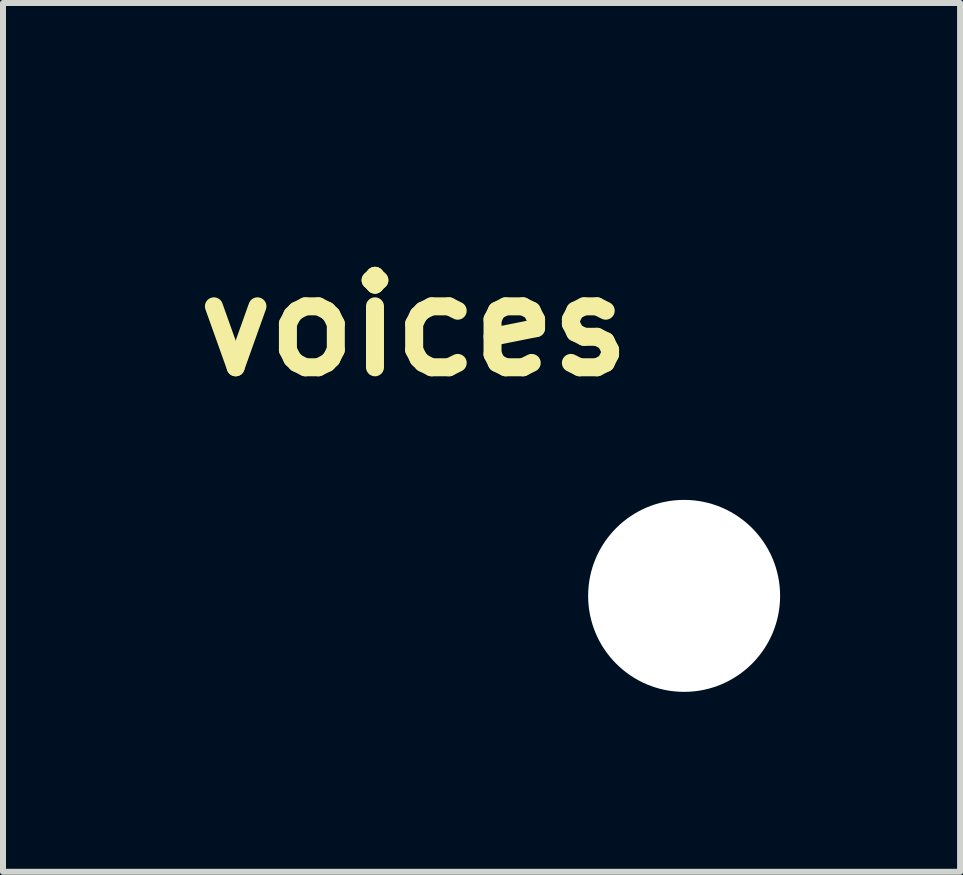
<source format=kicad_pcb>
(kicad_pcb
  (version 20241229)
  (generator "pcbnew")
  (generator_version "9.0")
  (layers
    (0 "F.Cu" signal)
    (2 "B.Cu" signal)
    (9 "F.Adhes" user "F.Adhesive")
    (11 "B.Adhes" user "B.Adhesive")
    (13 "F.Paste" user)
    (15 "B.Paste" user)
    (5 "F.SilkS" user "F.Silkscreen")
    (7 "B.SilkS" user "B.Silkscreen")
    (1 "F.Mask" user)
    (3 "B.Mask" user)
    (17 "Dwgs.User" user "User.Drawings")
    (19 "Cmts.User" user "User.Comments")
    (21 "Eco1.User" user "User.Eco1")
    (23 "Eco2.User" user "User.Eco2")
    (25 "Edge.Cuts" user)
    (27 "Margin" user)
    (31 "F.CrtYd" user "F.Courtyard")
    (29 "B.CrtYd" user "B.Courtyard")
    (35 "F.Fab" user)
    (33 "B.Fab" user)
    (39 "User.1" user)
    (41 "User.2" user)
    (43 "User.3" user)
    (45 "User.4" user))
  (footprint "voices"
    (layer "F.Cu")
    (at 8.354 6.883)
    (property "Reference" "voices" (at -4.5 -4.5 0) (layer "F.SilkS") (effects (font (size 1.524 1.524) (thickness 0.3))))
    (attr through_hole)
    (fp_poly (pts (xy -4.3 -6.876) (xy -4.223 -6.874) (xy -4.17 -6.871) (xy -3.929 -6.846) (xy -3.694 -6.809) (xy -3.466 -6.761) (xy -3.246 -6.702) (xy -3.036 -6.632) (xy -2.836 -6.551) (xy -2.648 -6.46) (xy -2.472 -6.359) (xy -2.409 -6.318) (xy -2.326 -6.262) (xy -2.254 -6.209) (xy -2.19 -6.157) (xy -2.129 -6.104) (xy -2.067 -6.045) (xy -2.054 -6.032) (xy -1.939 -5.907) (xy -1.839 -5.777) (xy -1.756 -5.642) (xy -1.689 -5.504) (xy -1.637 -5.361) (xy -1.606 -5.233) (xy -1.597 -5.169) (xy -1.591 -5.095) (xy -1.588 -5.014) (xy -1.589 -4.934) (xy -1.593 -4.859) (xy -1.601 -4.794) (xy -1.601 -4.791) (xy -1.635 -4.646) (xy -1.684 -4.505) (xy -1.749 -4.369) (xy -1.829 -4.237) (xy -1.923 -4.111) (xy -2.031 -3.99) (xy -2.152 -3.875) (xy -2.286 -3.767) (xy -2.432 -3.666) (xy -2.589 -3.572) (xy -2.757 -3.485) (xy -2.936 -3.407) (xy -3.124 -3.336) (xy -3.322 -3.275) (xy -3.529 -3.223) (xy -3.744 -3.181) (xy -3.857 -3.163) (xy -3.928 -3.153) (xy -3.992 -3.145) (xy -4.052 -3.139) (xy -4.11 -3.134) (xy -4.169 -3.13) (xy -4.233 -3.128) (xy -4.305 -3.126) (xy -4.387 -3.125) (xy -4.483 -3.125) (xy -4.5 -3.125) (xy -4.581 -3.125) (xy -4.658 -3.126) (xy -4.729 -3.128) (xy -4.792 -3.129) (xy -4.844 -3.131) (xy -4.883 -3.134) (xy -4.9 -3.135) (xy -4.983 -3.145) (xy -5.789 -2.641) (xy -5.896 -2.574) (xy -5.999 -2.509) (xy -6.098 -2.448) (xy -6.191 -2.39) (xy -6.278 -2.336) (xy -6.358 -2.287) (xy -6.429 -2.244) (xy -6.491 -2.206) (xy -6.542 -2.174) (xy -6.583 -2.15) (xy -6.611 -2.134) (xy -6.626 -2.126) (xy -6.628 -2.125) (xy -6.663 -2.117) (xy -6.705 -2.114) (xy -6.746 -2.117) (xy -6.768 -2.121) (xy -6.824 -2.146) (xy -6.871 -2.184) (xy -6.907 -2.232) (xy -6.93 -2.288) (xy -6.938 -2.347) (xy -6.937 -2.361) (xy -6.933 -2.382) (xy -6.928 -2.41) (xy -6.92 -2.448) (xy -6.909 -2.495) (xy -6.896 -2.552) (xy -6.879 -2.622) (xy -6.859 -2.704) (xy -6.835 -2.799) (xy -6.807 -2.909) (xy -6.775 -3.034) (xy -6.773 -3.042) (xy -6.747 -3.143) (xy -6.722 -3.24) (xy -6.699 -3.331) (xy -6.678 -3.414) (xy -6.659 -3.489) (xy -6.642 -3.554) (xy -6.629 -3.608) (xy -6.618 -3.65) (xy -6.611 -3.678) (xy -6.608 -3.692) (xy -6.608 -3.693) (xy -6.615 -3.7) (xy -6.633 -3.715) (xy -6.66 -3.737) (xy -6.693 -3.762) (xy -6.707 -3.772) (xy -6.84 -3.879) (xy -6.961 -3.994) (xy -7.069 -4.117) (xy -7.163 -4.246) (xy -7.243 -4.381) (xy -7.309 -4.52) (xy -7.358 -4.663) (xy -7.383 -4.767) (xy -7.392 -4.826) (xy -7.398 -4.896) (xy -7.4 -4.973) (xy -7.4 -4.978) (xy -6.924 -4.978) (xy -6.92 -4.905) (xy -6.911 -4.842) (xy -6.909 -4.834) (xy -6.878 -4.731) (xy -6.833 -4.627) (xy -6.777 -4.526) (xy -6.716 -4.438) (xy -6.688 -4.405) (xy -6.652 -4.365) (xy -6.61 -4.321) (xy -6.566 -4.278) (xy -6.524 -4.238) (xy -6.487 -4.206) (xy -6.485 -4.204) (xy -6.45 -4.177) (xy -6.408 -4.146) (xy -6.364 -4.114) (xy -6.32 -4.084) (xy -6.281 -4.058) (xy -6.249 -4.038) (xy -6.236 -4.031) (xy -6.202 -4.008) (xy -6.167 -3.977) (xy -6.135 -3.943) (xy -6.115 -3.912) (xy -6.107 -3.896) (xy -6.1 -3.88) (xy -6.096 -3.863) (xy -6.093 -3.844) (xy -6.093 -3.821) (xy -6.096 -3.794) (xy -6.101 -3.76) (xy -6.109 -3.718) (xy -6.12 -3.667) (xy -6.135 -3.605) (xy -6.153 -3.531) (xy -6.175 -3.444) (xy -6.201 -3.342) (xy -6.205 -3.329) (xy -6.226 -3.245) (xy -6.247 -3.166) (xy -6.265 -3.094) (xy -6.282 -3.029) (xy -6.296 -2.974) (xy -6.307 -2.93) (xy -6.315 -2.899) (xy -6.319 -2.881) (xy -6.32 -2.878) (xy -6.32 -2.877) (xy -6.321 -2.876) (xy -6.321 -2.875) (xy -6.32 -2.875) (xy -6.317 -2.877) (xy -6.31 -2.881) (xy -6.299 -2.887) (xy -6.283 -2.897) (xy -6.261 -2.91) (xy -6.232 -2.928) (xy -6.195 -2.951) (xy -6.15 -2.979) (xy -6.095 -3.013) (xy -6.03 -3.054) (xy -5.954 -3.102) (xy -5.865 -3.157) (xy -5.763 -3.221) (xy -5.724 -3.246) (xy -5.633 -3.302) (xy -5.547 -3.356) (xy -5.465 -3.407) (xy -5.389 -3.454) (xy -5.321 -3.496) (xy -5.26 -3.533) (xy -5.209 -3.564) (xy -5.168 -3.589) (xy -5.139 -3.606) (xy -5.123 -3.615) (xy -5.121 -3.617) (xy -5.089 -3.624) (xy -5.045 -3.627) (xy -4.99 -3.626) (xy -4.928 -3.62) (xy -4.927 -3.62) (xy -4.86 -3.613) (xy -4.78 -3.607) (xy -4.691 -3.602) (xy -4.598 -3.599) (xy -4.504 -3.598) (xy -4.414 -3.598) (xy -4.332 -3.6) (xy -4.309 -3.602) (xy -4.093 -3.618) (xy -3.884 -3.645) (xy -3.681 -3.682) (xy -3.487 -3.727) (xy -3.302 -3.782) (xy -3.126 -3.845) (xy -2.961 -3.917) (xy -2.807 -3.996) (xy -2.665 -4.083) (xy -2.535 -4.178) (xy -2.418 -4.279) (xy -2.315 -4.387) (xy -2.228 -4.501) (xy -2.183 -4.572) (xy -2.128 -4.68) (xy -2.09 -4.789) (xy -2.068 -4.898) (xy -2.062 -5.008) (xy -2.071 -5.117) (xy -2.096 -5.225) (xy -2.135 -5.331) (xy -2.188 -5.436) (xy -2.256 -5.538) (xy -2.337 -5.637) (xy -2.431 -5.733) (xy -2.539 -5.824) (xy -2.659 -5.911) (xy -2.791 -5.993) (xy -2.935 -6.069) (xy -3.091 -6.139) (xy -3.258 -6.203) (xy -3.327 -6.226) (xy -3.54 -6.287) (xy -3.759 -6.335) (xy -3.983 -6.37) (xy -4.21 -6.393) (xy -4.438 -6.402) (xy -4.666 -6.399) (xy -4.893 -6.383) (xy -5.116 -6.355) (xy -5.334 -6.314) (xy -5.546 -6.261) (xy -5.751 -6.196) (xy -5.945 -6.119) (xy -6.057 -6.066) (xy -6.174 -6.006) (xy -6.277 -5.945) (xy -6.371 -5.883) (xy -6.458 -5.815) (xy -6.542 -5.741) (xy -6.603 -5.682) (xy -6.689 -5.589) (xy -6.76 -5.499) (xy -6.817 -5.408) (xy -6.861 -5.315) (xy -6.895 -5.217) (xy -6.901 -5.196) (xy -6.914 -5.129) (xy -6.922 -5.055) (xy -6.924 -4.978) (xy -7.4 -4.978) (xy -7.399 -5.052) (xy -7.395 -5.128) (xy -7.389 -5.197) (xy -7.379 -5.252) (xy -7.337 -5.404) (xy -7.279 -5.55) (xy -7.205 -5.69) (xy -7.115 -5.824) (xy -7.055 -5.901) (xy -6.933 -6.033) (xy -6.797 -6.157) (xy -6.647 -6.273) (xy -6.484 -6.379) (xy -6.309 -6.477) (xy -6.122 -6.564) (xy -5.923 -6.642) (xy -5.714 -6.71) (xy -5.494 -6.768) (xy -5.265 -6.815) (xy -5.027 -6.851) (xy -5.003 -6.854) (xy -4.939 -6.86) (xy -4.861 -6.866) (xy -4.773 -6.87) (xy -4.679 -6.874) (xy -4.581 -6.876) (xy -4.483 -6.877) (xy -4.388 -6.878) (xy -4.3 -6.876)) (stroke (width 0.01) (type solid)) (fill yes) (layer "F.Mask"))
    (fp_poly (pts (xy -4.3 -6.876) (xy -4.223 -6.874) (xy -4.17 -6.871) (xy -3.929 -6.846) (xy -3.694 -6.809) (xy -3.466 -6.761) (xy -3.246 -6.702) (xy -3.036 -6.632) (xy -2.836 -6.551) (xy -2.648 -6.46) (xy -2.472 -6.359) (xy -2.409 -6.318) (xy -2.326 -6.262) (xy -2.254 -6.209) (xy -2.19 -6.157) (xy -2.129 -6.104) (xy -2.067 -6.045) (xy -2.054 -6.032) (xy -1.939 -5.907) (xy -1.839 -5.777) (xy -1.756 -5.642) (xy -1.689 -5.504) (xy -1.637 -5.361) (xy -1.606 -5.233) (xy -1.597 -5.169) (xy -1.591 -5.095) (xy -1.588 -5.014) (xy -1.589 -4.934) (xy -1.593 -4.859) (xy -1.601 -4.794) (xy -1.601 -4.791) (xy -1.635 -4.646) (xy -1.684 -4.505) (xy -1.749 -4.369) (xy -1.829 -4.237) (xy -1.923 -4.111) (xy -2.031 -3.99) (xy -2.152 -3.875) (xy -2.286 -3.767) (xy -2.432 -3.666) (xy -2.589 -3.572) (xy -2.757 -3.485) (xy -2.936 -3.407) (xy -3.124 -3.336) (xy -3.322 -3.275) (xy -3.529 -3.223) (xy -3.744 -3.181) (xy -3.857 -3.163) (xy -3.928 -3.153) (xy -3.992 -3.145) (xy -4.052 -3.139) (xy -4.11 -3.134) (xy -4.169 -3.13) (xy -4.233 -3.128) (xy -4.305 -3.126) (xy -4.387 -3.125) (xy -4.483 -3.125) (xy -4.5 -3.125) (xy -4.581 -3.125) (xy -4.658 -3.126) (xy -4.729 -3.128) (xy -4.792 -3.129) (xy -4.844 -3.131) (xy -4.883 -3.134) (xy -4.9 -3.135) (xy -4.983 -3.145) (xy -5.789 -2.641) (xy -5.896 -2.574) (xy -5.999 -2.509) (xy -6.098 -2.448) (xy -6.191 -2.39) (xy -6.278 -2.336) (xy -6.358 -2.287) (xy -6.429 -2.244) (xy -6.491 -2.206) (xy -6.542 -2.174) (xy -6.583 -2.15) (xy -6.611 -2.134) (xy -6.626 -2.126) (xy -6.628 -2.125) (xy -6.663 -2.117) (xy -6.705 -2.114) (xy -6.746 -2.117) (xy -6.768 -2.121) (xy -6.824 -2.146) (xy -6.871 -2.184) (xy -6.907 -2.232) (xy -6.93 -2.288) (xy -6.938 -2.347) (xy -6.937 -2.361) (xy -6.933 -2.382) (xy -6.928 -2.41) (xy -6.92 -2.448) (xy -6.909 -2.495) (xy -6.896 -2.552) (xy -6.879 -2.622) (xy -6.859 -2.704) (xy -6.835 -2.799) (xy -6.807 -2.909) (xy -6.775 -3.034) (xy -6.773 -3.042) (xy -6.747 -3.143) (xy -6.722 -3.24) (xy -6.699 -3.331) (xy -6.678 -3.414) (xy -6.659 -3.489) (xy -6.642 -3.554) (xy -6.629 -3.608) (xy -6.618 -3.65) (xy -6.611 -3.678) (xy -6.608 -3.692) (xy -6.608 -3.693) (xy -6.615 -3.7) (xy -6.633 -3.715) (xy -6.66 -3.737) (xy -6.693 -3.762) (xy -6.707 -3.772) (xy -6.84 -3.879) (xy -6.961 -3.994) (xy -7.069 -4.117) (xy -7.163 -4.246) (xy -7.243 -4.381) (xy -7.309 -4.52) (xy -7.358 -4.663) (xy -7.383 -4.767) (xy -7.392 -4.826) (xy -7.398 -4.896) (xy -7.4 -4.973) (xy -7.4 -4.978) (xy -6.924 -4.978) (xy -6.92 -4.905) (xy -6.911 -4.842) (xy -6.909 -4.834) (xy -6.878 -4.731) (xy -6.833 -4.627) (xy -6.777 -4.526) (xy -6.716 -4.438) (xy -6.688 -4.405) (xy -6.652 -4.365) (xy -6.61 -4.321) (xy -6.566 -4.278) (xy -6.524 -4.238) (xy -6.487 -4.206) (xy -6.485 -4.204) (xy -6.45 -4.177) (xy -6.408 -4.146) (xy -6.364 -4.114) (xy -6.32 -4.084) (xy -6.281 -4.058) (xy -6.249 -4.038) (xy -6.236 -4.031) (xy -6.202 -4.008) (xy -6.167 -3.977) (xy -6.135 -3.943) (xy -6.115 -3.912) (xy -6.107 -3.896) (xy -6.1 -3.88) (xy -6.096 -3.863) (xy -6.093 -3.844) (xy -6.093 -3.821) (xy -6.096 -3.794) (xy -6.101 -3.76) (xy -6.109 -3.718) (xy -6.12 -3.667) (xy -6.135 -3.605) (xy -6.153 -3.531) (xy -6.175 -3.444) (xy -6.201 -3.342) (xy -6.205 -3.329) (xy -6.226 -3.245) (xy -6.247 -3.166) (xy -6.265 -3.094) (xy -6.282 -3.029) (xy -6.296 -2.974) (xy -6.307 -2.93) (xy -6.315 -2.899) (xy -6.319 -2.881) (xy -6.32 -2.878) (xy -6.32 -2.877) (xy -6.321 -2.876) (xy -6.321 -2.875) (xy -6.32 -2.875) (xy -6.317 -2.877) (xy -6.31 -2.881) (xy -6.299 -2.887) (xy -6.283 -2.897) (xy -6.261 -2.91) (xy -6.232 -2.928) (xy -6.195 -2.951) (xy -6.15 -2.979) (xy -6.095 -3.013) (xy -6.03 -3.054) (xy -5.954 -3.102) (xy -5.865 -3.157) (xy -5.763 -3.221) (xy -5.724 -3.246) (xy -5.633 -3.302) (xy -5.547 -3.356) (xy -5.465 -3.407) (xy -5.389 -3.454) (xy -5.321 -3.496) (xy -5.26 -3.533) (xy -5.209 -3.564) (xy -5.168 -3.589) (xy -5.139 -3.606) (xy -5.123 -3.615) (xy -5.121 -3.617) (xy -5.089 -3.624) (xy -5.045 -3.627) (xy -4.99 -3.626) (xy -4.928 -3.62) (xy -4.927 -3.62) (xy -4.86 -3.613) (xy -4.78 -3.607) (xy -4.691 -3.602) (xy -4.598 -3.599) (xy -4.504 -3.598) (xy -4.414 -3.598) (xy -4.332 -3.6) (xy -4.309 -3.602) (xy -4.093 -3.618) (xy -3.884 -3.645) (xy -3.681 -3.682) (xy -3.487 -3.727) (xy -3.302 -3.782) (xy -3.126 -3.845) (xy -2.961 -3.917) (xy -2.807 -3.996) (xy -2.665 -4.083) (xy -2.535 -4.178) (xy -2.418 -4.279) (xy -2.315 -4.387) (xy -2.228 -4.501) (xy -2.183 -4.572) (xy -2.128 -4.68) (xy -2.09 -4.789) (xy -2.068 -4.898) (xy -2.062 -5.008) (xy -2.071 -5.117) (xy -2.096 -5.225) (xy -2.135 -5.331) (xy -2.188 -5.436) (xy -2.256 -5.538) (xy -2.337 -5.637) (xy -2.431 -5.733) (xy -2.539 -5.824) (xy -2.659 -5.911) (xy -2.791 -5.993) (xy -2.935 -6.069) (xy -3.091 -6.139) (xy -3.258 -6.203) (xy -3.327 -6.226) (xy -3.54 -6.287) (xy -3.759 -6.335) (xy -3.983 -6.37) (xy -4.21 -6.393) (xy -4.438 -6.402) (xy -4.666 -6.399) (xy -4.893 -6.383) (xy -5.116 -6.355) (xy -5.334 -6.314) (xy -5.546 -6.261) (xy -5.751 -6.196) (xy -5.945 -6.119) (xy -6.057 -6.066) (xy -6.174 -6.006) (xy -6.277 -5.945) (xy -6.371 -5.883) (xy -6.458 -5.815) (xy -6.542 -5.741) (xy -6.603 -5.682) (xy -6.689 -5.589) (xy -6.76 -5.499) (xy -6.817 -5.408) (xy -6.861 -5.315) (xy -6.895 -5.217) (xy -6.901 -5.196) (xy -6.914 -5.129) (xy -6.922 -5.055) (xy -6.924 -4.978) (xy -7.4 -4.978) (xy -7.399 -5.052) (xy -7.395 -5.128) (xy -7.389 -5.197) (xy -7.379 -5.252) (xy -7.337 -5.404) (xy -7.279 -5.55) (xy -7.205 -5.69) (xy -7.115 -5.824) (xy -7.055 -5.901) (xy -6.933 -6.033) (xy -6.797 -6.157) (xy -6.647 -6.273) (xy -6.484 -6.379) (xy -6.309 -6.477) (xy -6.122 -6.564) (xy -5.923 -6.642) (xy -5.714 -6.71) (xy -5.494 -6.768) (xy -5.265 -6.815) (xy -5.027 -6.851) (xy -5.003 -6.854) (xy -4.939 -6.86) (xy -4.861 -6.866) (xy -4.773 -6.87) (xy -4.679 -6.874) (xy -4.581 -6.876) (xy -4.483 -6.877) (xy -4.388 -6.878) (xy -4.3 -6.876)) (stroke (width 0.01) (type solid)) (fill yes) (layer "F.Mask"))
    (pad "" np_thru_hole circle (at 0 0) (size 3.2 3.2) (drill 3.2) (layers "*.Cu" "*.Mask")))
  (gr_rect
    (start -3 -3)
    (end 12.954 11.483)
    (stroke (width 0.1) (type default))
    (fill no)
    (layer "Edge.Cuts")))
</source>
